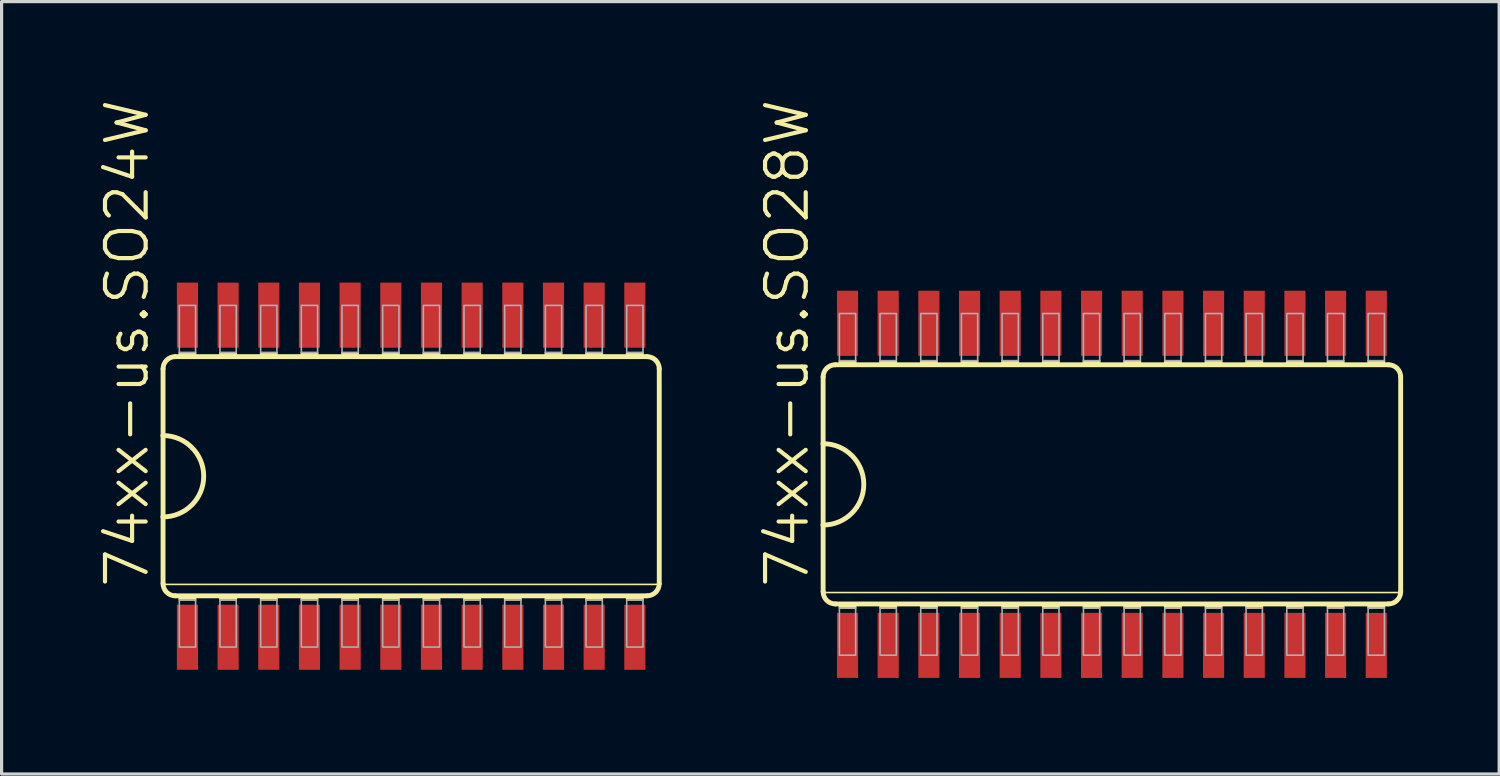
<source format=kicad_pcb>
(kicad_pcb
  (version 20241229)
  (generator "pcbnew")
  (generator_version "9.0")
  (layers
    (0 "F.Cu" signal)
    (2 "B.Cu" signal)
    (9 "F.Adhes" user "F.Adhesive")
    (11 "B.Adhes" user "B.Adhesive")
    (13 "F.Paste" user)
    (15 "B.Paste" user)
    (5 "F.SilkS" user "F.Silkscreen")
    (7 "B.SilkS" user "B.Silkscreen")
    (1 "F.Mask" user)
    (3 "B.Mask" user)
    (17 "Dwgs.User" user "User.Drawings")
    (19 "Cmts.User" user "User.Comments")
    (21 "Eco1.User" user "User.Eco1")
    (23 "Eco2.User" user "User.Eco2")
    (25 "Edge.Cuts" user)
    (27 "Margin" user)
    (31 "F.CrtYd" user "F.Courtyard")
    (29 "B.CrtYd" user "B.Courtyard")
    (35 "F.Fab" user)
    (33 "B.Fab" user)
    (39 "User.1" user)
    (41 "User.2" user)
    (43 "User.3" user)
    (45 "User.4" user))
  (footprint "74xx-us.SO24W"
    (layer "F.Cu")
    (at 9.788 11.82)
    (property "Reference" "74xx-us.SO24W" (at -8.128 3.556 90) (layer "F.SilkS") (effects (font (size 1.27 1.27) (thickness 0.13)) (justify left bottom)))
    (attr smd)
    (fp_line (start -7.747 -3.353) (end -7.747 -1.27) (stroke (width 0.152) (type default)) (layer "F.SilkS"))
    (fp_line (start -7.747 -1.27) (end -7.747 1.27) (stroke (width 0.152) (type default)) (layer "F.SilkS"))
    (fp_line (start -7.747 1.27) (end -7.747 3.353) (stroke (width 0.152) (type default)) (layer "F.SilkS"))
    (fp_line (start -7.747 3.378) (end 7.747 3.378) (stroke (width 0.051) (type default)) (layer "F.SilkS"))
    (fp_line (start -7.366 3.734) (end 7.366 3.734) (stroke (width 0.152) (type default)) (layer "F.SilkS"))
    (fp_line (start 7.366 -3.734) (end -7.366 -3.734) (stroke (width 0.152) (type default)) (layer "F.SilkS"))
    (fp_line (start 7.747 3.353) (end 7.747 -3.353) (stroke (width 0.152) (type default)) (layer "F.SilkS"))
    (fp_rect (start -7.239 -3.734) (end -6.731 -3.861) (stroke (width 0.05) (type default)) (fill yes) (layer "F.SilkS"))
    (fp_rect (start -7.239 3.861) (end -6.731 3.734) (stroke (width 0.05) (type default)) (fill yes) (layer "F.SilkS"))
    (fp_rect (start -5.969 -3.734) (end -5.461 -3.861) (stroke (width 0.05) (type default)) (fill yes) (layer "F.SilkS"))
    (fp_rect (start -5.969 3.861) (end -5.461 3.734) (stroke (width 0.05) (type default)) (fill yes) (layer "F.SilkS"))
    (fp_rect (start -4.699 -3.734) (end -4.191 -3.861) (stroke (width 0.05) (type default)) (fill yes) (layer "F.SilkS"))
    (fp_rect (start -4.699 3.861) (end -4.191 3.734) (stroke (width 0.05) (type default)) (fill yes) (layer "F.SilkS"))
    (fp_rect (start -3.429 -3.734) (end -2.921 -3.861) (stroke (width 0.05) (type default)) (fill yes) (layer "F.SilkS"))
    (fp_rect (start -3.429 3.861) (end -2.921 3.734) (stroke (width 0.05) (type default)) (fill yes) (layer "F.SilkS"))
    (fp_rect (start -2.159 -3.734) (end -1.651 -3.861) (stroke (width 0.05) (type default)) (fill yes) (layer "F.SilkS"))
    (fp_rect (start -2.159 3.861) (end -1.651 3.734) (stroke (width 0.05) (type default)) (fill yes) (layer "F.SilkS"))
    (fp_rect (start -0.889 -3.734) (end -0.381 -3.861) (stroke (width 0.05) (type default)) (fill yes) (layer "F.SilkS"))
    (fp_rect (start -0.889 3.861) (end -0.381 3.734) (stroke (width 0.05) (type default)) (fill yes) (layer "F.SilkS"))
    (fp_rect (start 0.381 -3.734) (end 0.889 -3.861) (stroke (width 0.05) (type default)) (fill yes) (layer "F.SilkS"))
    (fp_rect (start 0.381 3.861) (end 0.889 3.734) (stroke (width 0.05) (type default)) (fill yes) (layer "F.SilkS"))
    (fp_rect (start 1.651 -3.734) (end 2.159 -3.861) (stroke (width 0.05) (type default)) (fill yes) (layer "F.SilkS"))
    (fp_rect (start 1.651 3.861) (end 2.159 3.734) (stroke (width 0.05) (type default)) (fill yes) (layer "F.SilkS"))
    (fp_rect (start 2.921 -3.734) (end 3.429 -3.861) (stroke (width 0.05) (type default)) (fill yes) (layer "F.SilkS"))
    (fp_rect (start 2.921 3.861) (end 3.429 3.734) (stroke (width 0.05) (type default)) (fill yes) (layer "F.SilkS"))
    (fp_rect (start 4.191 -3.734) (end 4.699 -3.861) (stroke (width 0.05) (type default)) (fill yes) (layer "F.SilkS"))
    (fp_rect (start 4.191 3.861) (end 4.699 3.734) (stroke (width 0.05) (type default)) (fill yes) (layer "F.SilkS"))
    (fp_rect (start 5.461 -3.734) (end 5.969 -3.861) (stroke (width 0.05) (type default)) (fill yes) (layer "F.SilkS"))
    (fp_rect (start 5.461 3.861) (end 5.969 3.734) (stroke (width 0.05) (type default)) (fill yes) (layer "F.SilkS"))
    (fp_rect (start 6.731 -3.734) (end 7.239 -3.861) (stroke (width 0.05) (type default)) (fill yes) (layer "F.SilkS"))
    (fp_rect (start 6.731 3.861) (end 7.239 3.734) (stroke (width 0.05) (type default)) (fill yes) (layer "F.SilkS"))
    (fp_arc (start -7.747 -3.3528) (mid -7.635408 -3.622208) (end -7.366 -3.7338) (stroke (width 0.1524) (type default)) (layer "F.SilkS"))
    (fp_arc (start -7.747 -1.27) (mid -6.477 0) (end -7.747 1.27) (stroke (width 0.1524) (type default)) (layer "F.SilkS"))
    (fp_arc (start -7.366 3.7338) (mid -7.635408 3.622208) (end -7.747 3.3528) (stroke (width 0.1524) (type default)) (layer "F.SilkS"))
    (fp_arc (start 7.366 -3.7338) (mid 7.635408 -3.622208) (end 7.747 -3.3528) (stroke (width 0.1524) (type default)) (layer "F.SilkS"))
    (fp_arc (start 7.747 3.3528) (mid 7.635408 3.622208) (end 7.366 3.7338) (stroke (width 0.1524) (type default)) (layer "F.SilkS"))
    (fp_rect (start -7.239 -3.861) (end -6.731 -5.334) (stroke (width 0.05) (type default)) (fill no) (layer "F.Fab"))
    (fp_rect (start -7.239 5.334) (end -6.731 3.861) (stroke (width 0.05) (type default)) (fill no) (layer "F.Fab"))
    (fp_rect (start -5.969 -3.861) (end -5.461 -5.334) (stroke (width 0.05) (type default)) (fill no) (layer "F.Fab"))
    (fp_rect (start -5.969 5.334) (end -5.461 3.861) (stroke (width 0.05) (type default)) (fill no) (layer "F.Fab"))
    (fp_rect (start -4.699 -3.861) (end -4.191 -5.334) (stroke (width 0.05) (type default)) (fill no) (layer "F.Fab"))
    (fp_rect (start -4.699 5.334) (end -4.191 3.861) (stroke (width 0.05) (type default)) (fill no) (layer "F.Fab"))
    (fp_rect (start -3.429 -3.861) (end -2.921 -5.334) (stroke (width 0.05) (type default)) (fill no) (layer "F.Fab"))
    (fp_rect (start -3.429 5.334) (end -2.921 3.861) (stroke (width 0.05) (type default)) (fill no) (layer "F.Fab"))
    (fp_rect (start -2.159 -3.861) (end -1.651 -5.334) (stroke (width 0.05) (type default)) (fill no) (layer "F.Fab"))
    (fp_rect (start -2.159 5.334) (end -1.651 3.861) (stroke (width 0.05) (type default)) (fill no) (layer "F.Fab"))
    (fp_rect (start -0.889 -3.861) (end -0.381 -5.334) (stroke (width 0.05) (type default)) (fill no) (layer "F.Fab"))
    (fp_rect (start -0.889 5.334) (end -0.381 3.861) (stroke (width 0.05) (type default)) (fill no) (layer "F.Fab"))
    (fp_rect (start 0.381 -3.861) (end 0.889 -5.334) (stroke (width 0.05) (type default)) (fill no) (layer "F.Fab"))
    (fp_rect (start 0.381 5.334) (end 0.889 3.861) (stroke (width 0.05) (type default)) (fill no) (layer "F.Fab"))
    (fp_rect (start 1.651 -3.861) (end 2.159 -5.334) (stroke (width 0.05) (type default)) (fill no) (layer "F.Fab"))
    (fp_rect (start 1.651 5.334) (end 2.159 3.861) (stroke (width 0.05) (type default)) (fill no) (layer "F.Fab"))
    (fp_rect (start 2.921 -3.861) (end 3.429 -5.334) (stroke (width 0.05) (type default)) (fill no) (layer "F.Fab"))
    (fp_rect (start 2.921 5.334) (end 3.429 3.861) (stroke (width 0.05) (type default)) (fill no) (layer "F.Fab"))
    (fp_rect (start 4.191 -3.861) (end 4.699 -5.334) (stroke (width 0.05) (type default)) (fill no) (layer "F.Fab"))
    (fp_rect (start 4.191 5.334) (end 4.699 3.861) (stroke (width 0.05) (type default)) (fill no) (layer "F.Fab"))
    (fp_rect (start 5.461 -3.861) (end 5.969 -5.334) (stroke (width 0.05) (type default)) (fill no) (layer "F.Fab"))
    (fp_rect (start 5.461 5.334) (end 5.969 3.861) (stroke (width 0.05) (type default)) (fill no) (layer "F.Fab"))
    (fp_rect (start 6.731 -3.861) (end 7.239 -5.334) (stroke (width 0.05) (type default)) (fill no) (layer "F.Fab"))
    (fp_rect (start 6.731 5.334) (end 7.239 3.861) (stroke (width 0.05) (type default)) (fill no) (layer "F.Fab"))
    (pad "1" smd roundrect (at -6.985 5.029) (size 0.66 2.032) (layers "F.Cu" "F.Mask" "F.Paste") (roundrect_rratio 0.01))
    (pad "2" smd roundrect (at -5.715 5.029) (size 0.66 2.032) (layers "F.Cu" "F.Mask" "F.Paste") (roundrect_rratio 0.01))
    (pad "3" smd roundrect (at -4.445 5.029) (size 0.66 2.032) (layers "F.Cu" "F.Mask" "F.Paste") (roundrect_rratio 0.01))
    (pad "4" smd roundrect (at -3.175 5.029) (size 0.66 2.032) (layers "F.Cu" "F.Mask" "F.Paste") (roundrect_rratio 0.01))
    (pad "5" smd roundrect (at -1.905 5.029) (size 0.66 2.032) (layers "F.Cu" "F.Mask" "F.Paste") (roundrect_rratio 0.01))
    (pad "6" smd roundrect (at -0.635 5.029) (size 0.66 2.032) (layers "F.Cu" "F.Mask" "F.Paste") (roundrect_rratio 0.01))
    (pad "7" smd roundrect (at 0.635 5.029) (size 0.66 2.032) (layers "F.Cu" "F.Mask" "F.Paste") (roundrect_rratio 0.01))
    (pad "8" smd roundrect (at 1.905 5.029) (size 0.66 2.032) (layers "F.Cu" "F.Mask" "F.Paste") (roundrect_rratio 0.01))
    (pad "9" smd roundrect (at 3.175 5.029) (size 0.66 2.032) (layers "F.Cu" "F.Mask" "F.Paste") (roundrect_rratio 0.01))
    (pad "10" smd roundrect (at 4.445 5.029) (size 0.66 2.032) (layers "F.Cu" "F.Mask" "F.Paste") (roundrect_rratio 0.01))
    (pad "11" smd roundrect (at 5.715 5.029) (size 0.66 2.032) (layers "F.Cu" "F.Mask" "F.Paste") (roundrect_rratio 0.01))
    (pad "12" smd roundrect (at 6.985 5.029) (size 0.66 2.032) (layers "F.Cu" "F.Mask" "F.Paste") (roundrect_rratio 0.01))
    (pad "13" smd roundrect (at 6.985 -5.029) (size 0.66 2.032) (layers "F.Cu" "F.Mask" "F.Paste") (roundrect_rratio 0.01))
    (pad "14" smd roundrect (at 5.715 -5.029) (size 0.66 2.032) (layers "F.Cu" "F.Mask" "F.Paste") (roundrect_rratio 0.01))
    (pad "15" smd roundrect (at 4.445 -5.029) (size 0.66 2.032) (layers "F.Cu" "F.Mask" "F.Paste") (roundrect_rratio 0.01))
    (pad "16" smd roundrect (at 3.175 -5.029) (size 0.66 2.032) (layers "F.Cu" "F.Mask" "F.Paste") (roundrect_rratio 0.01))
    (pad "17" smd roundrect (at 1.905 -5.029) (size 0.66 2.032) (layers "F.Cu" "F.Mask" "F.Paste") (roundrect_rratio 0.01))
    (pad "18" smd roundrect (at 0.635 -5.029) (size 0.66 2.032) (layers "F.Cu" "F.Mask" "F.Paste") (roundrect_rratio 0.01))
    (pad "19" smd roundrect (at -0.635 -5.029) (size 0.66 2.032) (layers "F.Cu" "F.Mask" "F.Paste") (roundrect_rratio 0.01))
    (pad "20" smd roundrect (at -1.905 -5.029) (size 0.66 2.032) (layers "F.Cu" "F.Mask" "F.Paste") (roundrect_rratio 0.01))
    (pad "21" smd roundrect (at -3.175 -5.029) (size 0.66 2.032) (layers "F.Cu" "F.Mask" "F.Paste") (roundrect_rratio 0.01))
    (pad "22" smd roundrect (at -4.445 -5.029) (size 0.66 2.032) (layers "F.Cu" "F.Mask" "F.Paste") (roundrect_rratio 0.01))
    (pad "23" smd roundrect (at -5.715 -5.029) (size 0.66 2.032) (layers "F.Cu" "F.Mask" "F.Paste") (roundrect_rratio 0.01))
    (pad "24" smd roundrect (at -6.985 -5.029) (size 0.66 2.032) (layers "F.Cu" "F.Mask" "F.Paste") (roundrect_rratio 0.01)))
  (footprint "74xx-us.SO28W"
    (layer "F.Cu")
    (at 31.669 12.074)
    (property "Reference" "74xx-us.SO28W" (at -9.398 3.302 90) (layer "F.SilkS") (effects (font (size 1.27 1.27) (thickness 0.13)) (justify left bottom)))
    (attr smd)
    (fp_line (start -9.017 -3.353) (end -9.017 -1.27) (stroke (width 0.152) (type default)) (layer "F.SilkS"))
    (fp_line (start -9.017 -1.27) (end -9.017 1.27) (stroke (width 0.152) (type default)) (layer "F.SilkS"))
    (fp_line (start -9.017 1.27) (end -9.017 3.353) (stroke (width 0.152) (type default)) (layer "F.SilkS"))
    (fp_line (start -9.017 3.378) (end 9.017 3.378) (stroke (width 0.051) (type default)) (layer "F.SilkS"))
    (fp_line (start -8.636 3.734) (end 8.636 3.734) (stroke (width 0.152) (type default)) (layer "F.SilkS"))
    (fp_line (start 8.636 -3.734) (end -8.636 -3.734) (stroke (width 0.152) (type default)) (layer "F.SilkS"))
    (fp_line (start 9.017 3.353) (end 9.017 -3.353) (stroke (width 0.152) (type default)) (layer "F.SilkS"))
    (fp_rect (start -8.509 -3.734) (end -8.001 -3.861) (stroke (width 0.05) (type default)) (fill yes) (layer "F.SilkS"))
    (fp_rect (start -8.509 3.861) (end -8.001 3.734) (stroke (width 0.05) (type default)) (fill yes) (layer "F.SilkS"))
    (fp_rect (start -7.239 -3.734) (end -6.731 -3.861) (stroke (width 0.05) (type default)) (fill yes) (layer "F.SilkS"))
    (fp_rect (start -7.239 3.861) (end -6.731 3.734) (stroke (width 0.05) (type default)) (fill yes) (layer "F.SilkS"))
    (fp_rect (start -5.969 -3.734) (end -5.461 -3.861) (stroke (width 0.05) (type default)) (fill yes) (layer "F.SilkS"))
    (fp_rect (start -5.969 3.861) (end -5.461 3.734) (stroke (width 0.05) (type default)) (fill yes) (layer "F.SilkS"))
    (fp_rect (start -4.699 -3.734) (end -4.191 -3.861) (stroke (width 0.05) (type default)) (fill yes) (layer "F.SilkS"))
    (fp_rect (start -4.699 3.861) (end -4.191 3.734) (stroke (width 0.05) (type default)) (fill yes) (layer "F.SilkS"))
    (fp_rect (start -3.429 -3.734) (end -2.921 -3.861) (stroke (width 0.05) (type default)) (fill yes) (layer "F.SilkS"))
    (fp_rect (start -3.429 3.861) (end -2.921 3.734) (stroke (width 0.05) (type default)) (fill yes) (layer "F.SilkS"))
    (fp_rect (start -2.159 -3.734) (end -1.651 -3.861) (stroke (width 0.05) (type default)) (fill yes) (layer "F.SilkS"))
    (fp_rect (start -2.159 3.861) (end -1.651 3.734) (stroke (width 0.05) (type default)) (fill yes) (layer "F.SilkS"))
    (fp_rect (start -0.889 -3.734) (end -0.381 -3.861) (stroke (width 0.05) (type default)) (fill yes) (layer "F.SilkS"))
    (fp_rect (start -0.889 3.861) (end -0.381 3.734) (stroke (width 0.05) (type default)) (fill yes) (layer "F.SilkS"))
    (fp_rect (start 0.381 -3.734) (end 0.889 -3.861) (stroke (width 0.05) (type default)) (fill yes) (layer "F.SilkS"))
    (fp_rect (start 0.381 3.861) (end 0.889 3.734) (stroke (width 0.05) (type default)) (fill yes) (layer "F.SilkS"))
    (fp_rect (start 1.651 -3.734) (end 2.159 -3.861) (stroke (width 0.05) (type default)) (fill yes) (layer "F.SilkS"))
    (fp_rect (start 1.651 3.861) (end 2.159 3.734) (stroke (width 0.05) (type default)) (fill yes) (layer "F.SilkS"))
    (fp_rect (start 2.921 -3.734) (end 3.429 -3.861) (stroke (width 0.05) (type default)) (fill yes) (layer "F.SilkS"))
    (fp_rect (start 2.921 3.861) (end 3.429 3.734) (stroke (width 0.05) (type default)) (fill yes) (layer "F.SilkS"))
    (fp_rect (start 4.191 -3.734) (end 4.699 -3.861) (stroke (width 0.05) (type default)) (fill yes) (layer "F.SilkS"))
    (fp_rect (start 4.191 3.861) (end 4.699 3.734) (stroke (width 0.05) (type default)) (fill yes) (layer "F.SilkS"))
    (fp_rect (start 5.461 -3.734) (end 5.969 -3.861) (stroke (width 0.05) (type default)) (fill yes) (layer "F.SilkS"))
    (fp_rect (start 5.461 3.861) (end 5.969 3.734) (stroke (width 0.05) (type default)) (fill yes) (layer "F.SilkS"))
    (fp_rect (start 6.731 -3.734) (end 7.239 -3.861) (stroke (width 0.05) (type default)) (fill yes) (layer "F.SilkS"))
    (fp_rect (start 6.731 3.861) (end 7.239 3.734) (stroke (width 0.05) (type default)) (fill yes) (layer "F.SilkS"))
    (fp_rect (start 8.001 -3.734) (end 8.509 -3.861) (stroke (width 0.05) (type default)) (fill yes) (layer "F.SilkS"))
    (fp_rect (start 8.001 3.861) (end 8.509 3.734) (stroke (width 0.05) (type default)) (fill yes) (layer "F.SilkS"))
    (fp_arc (start -9.017 -3.3528) (mid -8.905408 -3.622208) (end -8.636 -3.7338) (stroke (width 0.1524) (type default)) (layer "F.SilkS"))
    (fp_arc (start -9.017 -1.27) (mid -7.747 0) (end -9.017 1.27) (stroke (width 0.1524) (type default)) (layer "F.SilkS"))
    (fp_arc (start -8.636 3.7338) (mid -8.905408 3.622208) (end -9.017 3.3528) (stroke (width 0.1524) (type default)) (layer "F.SilkS"))
    (fp_arc (start 8.636 -3.7338) (mid 8.905408 -3.622208) (end 9.017 -3.3528) (stroke (width 0.1524) (type default)) (layer "F.SilkS"))
    (fp_arc (start 9.017 3.3528) (mid 8.905408 3.622208) (end 8.636 3.7338) (stroke (width 0.1524) (type default)) (layer "F.SilkS"))
    (fp_rect (start -8.509 -3.861) (end -8.001 -5.334) (stroke (width 0.05) (type default)) (fill no) (layer "F.Fab"))
    (fp_rect (start -8.509 5.334) (end -8.001 3.861) (stroke (width 0.05) (type default)) (fill no) (layer "F.Fab"))
    (fp_rect (start -7.239 -3.861) (end -6.731 -5.334) (stroke (width 0.05) (type default)) (fill no) (layer "F.Fab"))
    (fp_rect (start -7.239 5.334) (end -6.731 3.861) (stroke (width 0.05) (type default)) (fill no) (layer "F.Fab"))
    (fp_rect (start -5.969 -3.861) (end -5.461 -5.334) (stroke (width 0.05) (type default)) (fill no) (layer "F.Fab"))
    (fp_rect (start -5.969 5.334) (end -5.461 3.861) (stroke (width 0.05) (type default)) (fill no) (layer "F.Fab"))
    (fp_rect (start -4.699 -3.861) (end -4.191 -5.334) (stroke (width 0.05) (type default)) (fill no) (layer "F.Fab"))
    (fp_rect (start -4.699 5.334) (end -4.191 3.861) (stroke (width 0.05) (type default)) (fill no) (layer "F.Fab"))
    (fp_rect (start -3.429 -3.861) (end -2.921 -5.334) (stroke (width 0.05) (type default)) (fill no) (layer "F.Fab"))
    (fp_rect (start -3.429 5.334) (end -2.921 3.861) (stroke (width 0.05) (type default)) (fill no) (layer "F.Fab"))
    (fp_rect (start -2.159 -3.861) (end -1.651 -5.334) (stroke (width 0.05) (type default)) (fill no) (layer "F.Fab"))
    (fp_rect (start -2.159 5.334) (end -1.651 3.861) (stroke (width 0.05) (type default)) (fill no) (layer "F.Fab"))
    (fp_rect (start -0.889 -3.861) (end -0.381 -5.334) (stroke (width 0.05) (type default)) (fill no) (layer "F.Fab"))
    (fp_rect (start -0.889 5.334) (end -0.381 3.861) (stroke (width 0.05) (type default)) (fill no) (layer "F.Fab"))
    (fp_rect (start 0.381 -3.861) (end 0.889 -5.334) (stroke (width 0.05) (type default)) (fill no) (layer "F.Fab"))
    (fp_rect (start 0.381 5.334) (end 0.889 3.861) (stroke (width 0.05) (type default)) (fill no) (layer "F.Fab"))
    (fp_rect (start 1.651 -3.861) (end 2.159 -5.334) (stroke (width 0.05) (type default)) (fill no) (layer "F.Fab"))
    (fp_rect (start 1.651 5.334) (end 2.159 3.861) (stroke (width 0.05) (type default)) (fill no) (layer "F.Fab"))
    (fp_rect (start 2.921 -3.861) (end 3.429 -5.334) (stroke (width 0.05) (type default)) (fill no) (layer "F.Fab"))
    (fp_rect (start 2.921 5.334) (end 3.429 3.861) (stroke (width 0.05) (type default)) (fill no) (layer "F.Fab"))
    (fp_rect (start 4.191 -3.861) (end 4.699 -5.334) (stroke (width 0.05) (type default)) (fill no) (layer "F.Fab"))
    (fp_rect (start 4.191 5.334) (end 4.699 3.861) (stroke (width 0.05) (type default)) (fill no) (layer "F.Fab"))
    (fp_rect (start 5.461 -3.861) (end 5.969 -5.334) (stroke (width 0.05) (type default)) (fill no) (layer "F.Fab"))
    (fp_rect (start 5.461 5.334) (end 5.969 3.861) (stroke (width 0.05) (type default)) (fill no) (layer "F.Fab"))
    (fp_rect (start 6.731 -3.861) (end 7.239 -5.334) (stroke (width 0.05) (type default)) (fill no) (layer "F.Fab"))
    (fp_rect (start 6.731 5.334) (end 7.239 3.861) (stroke (width 0.05) (type default)) (fill no) (layer "F.Fab"))
    (fp_rect (start 8.001 -3.861) (end 8.509 -5.334) (stroke (width 0.05) (type default)) (fill no) (layer "F.Fab"))
    (fp_rect (start 8.001 5.334) (end 8.509 3.861) (stroke (width 0.05) (type default)) (fill no) (layer "F.Fab"))
    (pad "1" smd roundrect (at -8.255 5.029) (size 0.66 2.032) (layers "F.Cu" "F.Mask" "F.Paste") (roundrect_rratio 0.01))
    (pad "2" smd roundrect (at -6.985 5.029) (size 0.66 2.032) (layers "F.Cu" "F.Mask" "F.Paste") (roundrect_rratio 0.01))
    (pad "3" smd roundrect (at -5.715 5.029) (size 0.66 2.032) (layers "F.Cu" "F.Mask" "F.Paste") (roundrect_rratio 0.01))
    (pad "4" smd roundrect (at -4.445 5.029) (size 0.66 2.032) (layers "F.Cu" "F.Mask" "F.Paste") (roundrect_rratio 0.01))
    (pad "5" smd roundrect (at -3.175 5.029) (size 0.66 2.032) (layers "F.Cu" "F.Mask" "F.Paste") (roundrect_rratio 0.01))
    (pad "6" smd roundrect (at -1.905 5.029) (size 0.66 2.032) (layers "F.Cu" "F.Mask" "F.Paste") (roundrect_rratio 0.01))
    (pad "7" smd roundrect (at -0.635 5.029) (size 0.66 2.032) (layers "F.Cu" "F.Mask" "F.Paste") (roundrect_rratio 0.01))
    (pad "8" smd roundrect (at 0.635 5.029) (size 0.66 2.032) (layers "F.Cu" "F.Mask" "F.Paste") (roundrect_rratio 0.01))
    (pad "9" smd roundrect (at 1.905 5.029) (size 0.66 2.032) (layers "F.Cu" "F.Mask" "F.Paste") (roundrect_rratio 0.01))
    (pad "10" smd roundrect (at 3.175 5.029) (size 0.66 2.032) (layers "F.Cu" "F.Mask" "F.Paste") (roundrect_rratio 0.01))
    (pad "11" smd roundrect (at 4.445 5.029) (size 0.66 2.032) (layers "F.Cu" "F.Mask" "F.Paste") (roundrect_rratio 0.01))
    (pad "12" smd roundrect (at 5.715 5.029) (size 0.66 2.032) (layers "F.Cu" "F.Mask" "F.Paste") (roundrect_rratio 0.01))
    (pad "13" smd roundrect (at 6.985 5.029) (size 0.66 2.032) (layers "F.Cu" "F.Mask" "F.Paste") (roundrect_rratio 0.01))
    (pad "14" smd roundrect (at 8.255 5.029) (size 0.66 2.032) (layers "F.Cu" "F.Mask" "F.Paste") (roundrect_rratio 0.01))
    (pad "15" smd roundrect (at 8.255 -5.029) (size 0.66 2.032) (layers "F.Cu" "F.Mask" "F.Paste") (roundrect_rratio 0.01))
    (pad "16" smd roundrect (at 6.985 -5.029) (size 0.66 2.032) (layers "F.Cu" "F.Mask" "F.Paste") (roundrect_rratio 0.01))
    (pad "17" smd roundrect (at 5.715 -5.029) (size 0.66 2.032) (layers "F.Cu" "F.Mask" "F.Paste") (roundrect_rratio 0.01))
    (pad "18" smd roundrect (at 4.445 -5.029) (size 0.66 2.032) (layers "F.Cu" "F.Mask" "F.Paste") (roundrect_rratio 0.01))
    (pad "19" smd roundrect (at 3.175 -5.029) (size 0.66 2.032) (layers "F.Cu" "F.Mask" "F.Paste") (roundrect_rratio 0.01))
    (pad "20" smd roundrect (at 1.905 -5.029) (size 0.66 2.032) (layers "F.Cu" "F.Mask" "F.Paste") (roundrect_rratio 0.01))
    (pad "21" smd roundrect (at 0.635 -5.029) (size 0.66 2.032) (layers "F.Cu" "F.Mask" "F.Paste") (roundrect_rratio 0.01))
    (pad "22" smd roundrect (at -0.635 -5.029) (size 0.66 2.032) (layers "F.Cu" "F.Mask" "F.Paste") (roundrect_rratio 0.01))
    (pad "23" smd roundrect (at -1.905 -5.029) (size 0.66 2.032) (layers "F.Cu" "F.Mask" "F.Paste") (roundrect_rratio 0.01))
    (pad "24" smd roundrect (at -3.175 -5.029) (size 0.66 2.032) (layers "F.Cu" "F.Mask" "F.Paste") (roundrect_rratio 0.01))
    (pad "25" smd roundrect (at -4.445 -5.029) (size 0.66 2.032) (layers "F.Cu" "F.Mask" "F.Paste") (roundrect_rratio 0.01))
    (pad "26" smd roundrect (at -5.715 -5.029) (size 0.66 2.032) (layers "F.Cu" "F.Mask" "F.Paste") (roundrect_rratio 0.01))
    (pad "27" smd roundrect (at -6.985 -5.029) (size 0.66 2.032) (layers "F.Cu" "F.Mask" "F.Paste") (roundrect_rratio 0.01))
    (pad "28" smd roundrect (at -8.255 -5.029) (size 0.66 2.032) (layers "F.Cu" "F.Mask" "F.Paste") (roundrect_rratio 0.01)))
  (gr_rect
    (start -3 -3)
    (end 43.762 21.119)
    (stroke (width 0.1) (type default))
    (fill no)
    (layer "Edge.Cuts")))
</source>
